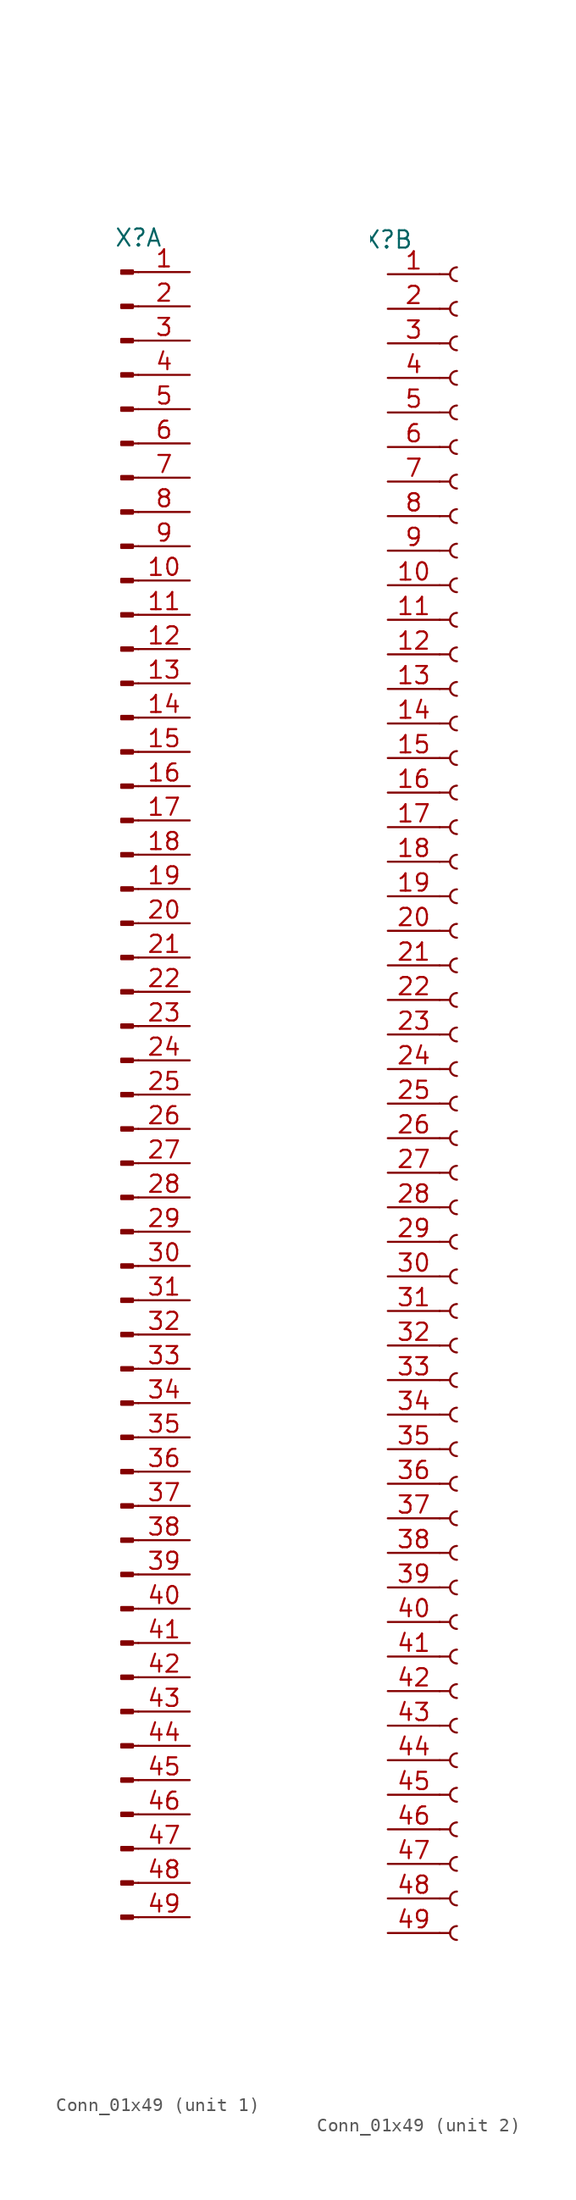
<source format=kicad_sym>
(kicad_symbol_lib
  (version 20241209)
  (generator "kicad_symbol_editor")
  (generator_version "9.0")
  (symbol "Conn_01x49"
    (pin_names
      (offset 1.016)
      (hide yes))
    (property "Reference" "X"
      (at 0 63.5 0)
      (effects (font (size 1.27 1.27))))
    (property "ki_locked" ""
      (at 0 0 0)
      (effects (font (size 1.27 1.27))))
    (symbol "Conn_01x49_1_1"
      (rectangle (start -0.406 61.087) (end -1.27 60.833) (stroke (width 0.152) (type default)) (fill (type outline)))
      (rectangle (start -0.406 58.547) (end -1.27 58.293) (stroke (width 0.152) (type default)) (fill (type outline)))
      (rectangle (start -0.406 56.007) (end -1.27 55.753) (stroke (width 0.152) (type default)) (fill (type outline)))
      (rectangle (start -0.406 53.467) (end -1.27 53.213) (stroke (width 0.152) (type default)) (fill (type outline)))
      (rectangle (start -0.406 50.927) (end -1.27 50.673) (stroke (width 0.152) (type default)) (fill (type outline)))
      (rectangle (start -0.406 48.387) (end -1.27 48.133) (stroke (width 0.152) (type default)) (fill (type outline)))
      (rectangle (start -0.406 45.847) (end -1.27 45.593) (stroke (width 0.152) (type default)) (fill (type outline)))
      (rectangle (start -0.406 43.307) (end -1.27 43.053) (stroke (width 0.152) (type default)) (fill (type outline)))
      (rectangle (start -0.406 40.767) (end -1.27 40.513) (stroke (width 0.152) (type default)) (fill (type outline)))
      (rectangle (start -0.406 38.227) (end -1.27 37.973) (stroke (width 0.152) (type default)) (fill (type outline)))
      (rectangle (start -0.406 35.687) (end -1.27 35.433) (stroke (width 0.152) (type default)) (fill (type outline)))
      (rectangle (start -0.406 33.147) (end -1.27 32.893) (stroke (width 0.152) (type default)) (fill (type outline)))
      (rectangle (start -0.406 30.607) (end -1.27 30.353) (stroke (width 0.152) (type default)) (fill (type outline)))
      (rectangle (start -0.406 28.067) (end -1.27 27.813) (stroke (width 0.152) (type default)) (fill (type outline)))
      (rectangle (start -0.406 25.527) (end -1.27 25.273) (stroke (width 0.152) (type default)) (fill (type outline)))
      (rectangle (start -0.406 22.987) (end -1.27 22.733) (stroke (width 0.152) (type default)) (fill (type outline)))
      (rectangle (start -0.406 20.447) (end -1.27 20.193) (stroke (width 0.152) (type default)) (fill (type outline)))
      (rectangle (start -0.406 17.907) (end -1.27 17.653) (stroke (width 0.152) (type default)) (fill (type outline)))
      (rectangle (start -0.406 15.367) (end -1.27 15.113) (stroke (width 0.152) (type default)) (fill (type outline)))
      (rectangle (start -0.406 12.827) (end -1.27 12.573) (stroke (width 0.152) (type default)) (fill (type outline)))
      (rectangle (start -0.406 10.287) (end -1.27 10.033) (stroke (width 0.152) (type default)) (fill (type outline)))
      (rectangle (start -0.406 7.747) (end -1.27 7.493) (stroke (width 0.152) (type default)) (fill (type outline)))
      (rectangle (start -0.406 5.207) (end -1.27 4.953) (stroke (width 0.152) (type default)) (fill (type outline)))
      (rectangle (start -0.406 2.667) (end -1.27 2.413) (stroke (width 0.152) (type default)) (fill (type outline)))
      (rectangle (start -0.406 0.127) (end -1.27 -0.127) (stroke (width 0.152) (type default)) (fill (type outline)))
      (rectangle (start -0.406 -2.413) (end -1.27 -2.667) (stroke (width 0.152) (type default)) (fill (type outline)))
      (rectangle (start -0.406 -4.953) (end -1.27 -5.207) (stroke (width 0.152) (type default)) (fill (type outline)))
      (rectangle (start -0.406 -7.493) (end -1.27 -7.747) (stroke (width 0.152) (type default)) (fill (type outline)))
      (rectangle (start -0.406 -10.033) (end -1.27 -10.287) (stroke (width 0.152) (type default)) (fill (type outline)))
      (rectangle (start -0.406 -12.573) (end -1.27 -12.827) (stroke (width 0.152) (type default)) (fill (type outline)))
      (rectangle (start -0.406 -15.113) (end -1.27 -15.367) (stroke (width 0.152) (type default)) (fill (type outline)))
      (rectangle (start -0.406 -17.653) (end -1.27 -17.907) (stroke (width 0.152) (type default)) (fill (type outline)))
      (rectangle (start -0.406 -20.193) (end -1.27 -20.447) (stroke (width 0.152) (type default)) (fill (type outline)))
      (rectangle (start -0.406 -22.733) (end -1.27 -22.987) (stroke (width 0.152) (type default)) (fill (type outline)))
      (rectangle (start -0.406 -25.273) (end -1.27 -25.527) (stroke (width 0.152) (type default)) (fill (type outline)))
      (rectangle (start -0.406 -27.813) (end -1.27 -28.067) (stroke (width 0.152) (type default)) (fill (type outline)))
      (rectangle (start -0.406 -30.353) (end -1.27 -30.607) (stroke (width 0.152) (type default)) (fill (type outline)))
      (rectangle (start -0.406 -32.893) (end -1.27 -33.147) (stroke (width 0.152) (type default)) (fill (type outline)))
      (rectangle (start -0.406 -35.433) (end -1.27 -35.687) (stroke (width 0.152) (type default)) (fill (type outline)))
      (rectangle (start -0.406 -37.973) (end -1.27 -38.227) (stroke (width 0.152) (type default)) (fill (type outline)))
      (rectangle (start -0.406 -40.513) (end -1.27 -40.767) (stroke (width 0.152) (type default)) (fill (type outline)))
      (rectangle (start -0.406 -43.053) (end -1.27 -43.307) (stroke (width 0.152) (type default)) (fill (type outline)))
      (rectangle (start -0.406 -45.593) (end -1.27 -45.847) (stroke (width 0.152) (type default)) (fill (type outline)))
      (rectangle (start -0.406 -48.133) (end -1.27 -48.387) (stroke (width 0.152) (type default)) (fill (type outline)))
      (rectangle (start -0.406 -50.673) (end -1.27 -50.927) (stroke (width 0.152) (type default)) (fill (type outline)))
      (rectangle (start -0.406 -53.213) (end -1.27 -53.467) (stroke (width 0.152) (type default)) (fill (type outline)))
      (rectangle (start -0.406 -55.753) (end -1.27 -56.007) (stroke (width 0.152) (type default)) (fill (type outline)))
      (rectangle (start -0.406 -58.293) (end -1.27 -58.547) (stroke (width 0.152) (type default)) (fill (type outline)))
      (rectangle (start -0.406 -60.833) (end -1.27 -61.087) (stroke (width 0.152) (type default)) (fill (type outline)))
      (polyline (pts (xy 0 60.96) (xy -0.406 60.96)) (stroke (width 0.152) (type default)) (fill (type none)))
      (polyline (pts (xy 0 58.42) (xy -0.406 58.42)) (stroke (width 0.152) (type default)) (fill (type none)))
      (polyline (pts (xy 0 55.88) (xy -0.406 55.88)) (stroke (width 0.152) (type default)) (fill (type none)))
      (polyline (pts (xy 0 53.34) (xy -0.406 53.34)) (stroke (width 0.152) (type default)) (fill (type none)))
      (polyline (pts (xy 0 50.8) (xy -0.406 50.8)) (stroke (width 0.152) (type default)) (fill (type none)))
      (polyline (pts (xy 0 48.26) (xy -0.406 48.26)) (stroke (width 0.152) (type default)) (fill (type none)))
      (polyline (pts (xy 0 45.72) (xy -0.406 45.72)) (stroke (width 0.152) (type default)) (fill (type none)))
      (polyline (pts (xy 0 43.18) (xy -0.406 43.18)) (stroke (width 0.152) (type default)) (fill (type none)))
      (polyline (pts (xy 0 40.64) (xy -0.406 40.64)) (stroke (width 0.152) (type default)) (fill (type none)))
      (polyline (pts (xy 0 38.1) (xy -0.406 38.1)) (stroke (width 0.152) (type default)) (fill (type none)))
      (polyline (pts (xy 0 35.56) (xy -0.406 35.56)) (stroke (width 0.152) (type default)) (fill (type none)))
      (polyline (pts (xy 0 33.02) (xy -0.406 33.02)) (stroke (width 0.152) (type default)) (fill (type none)))
      (polyline (pts (xy 0 30.48) (xy -0.406 30.48)) (stroke (width 0.152) (type default)) (fill (type none)))
      (polyline (pts (xy 0 27.94) (xy -0.406 27.94)) (stroke (width 0.152) (type default)) (fill (type none)))
      (polyline (pts (xy 0 25.4) (xy -0.406 25.4)) (stroke (width 0.152) (type default)) (fill (type none)))
      (polyline (pts (xy 0 22.86) (xy -0.406 22.86)) (stroke (width 0.152) (type default)) (fill (type none)))
      (polyline (pts (xy 0 20.32) (xy -0.406 20.32)) (stroke (width 0.152) (type default)) (fill (type none)))
      (polyline (pts (xy 0 17.78) (xy -0.406 17.78)) (stroke (width 0.152) (type default)) (fill (type none)))
      (polyline (pts (xy 0 15.24) (xy -0.406 15.24)) (stroke (width 0.152) (type default)) (fill (type none)))
      (polyline (pts (xy 0 12.7) (xy -0.406 12.7)) (stroke (width 0.152) (type default)) (fill (type none)))
      (polyline (pts (xy 0 10.16) (xy -0.406 10.16)) (stroke (width 0.152) (type default)) (fill (type none)))
      (polyline (pts (xy 0 7.62) (xy -0.406 7.62)) (stroke (width 0.152) (type default)) (fill (type none)))
      (polyline (pts (xy 0 5.08) (xy -0.406 5.08)) (stroke (width 0.152) (type default)) (fill (type none)))
      (polyline (pts (xy 0 2.54) (xy -0.406 2.54)) (stroke (width 0.152) (type default)) (fill (type none)))
      (polyline (pts (xy 0 0) (xy -0.406 0)) (stroke (width 0.152) (type default)) (fill (type none)))
      (polyline (pts (xy 0 -2.54) (xy -0.406 -2.54)) (stroke (width 0.152) (type default)) (fill (type none)))
      (polyline (pts (xy 0 -5.08) (xy -0.406 -5.08)) (stroke (width 0.152) (type default)) (fill (type none)))
      (polyline (pts (xy 0 -7.62) (xy -0.406 -7.62)) (stroke (width 0.152) (type default)) (fill (type none)))
      (polyline (pts (xy 0 -10.16) (xy -0.406 -10.16)) (stroke (width 0.152) (type default)) (fill (type none)))
      (polyline (pts (xy 0 -12.7) (xy -0.406 -12.7)) (stroke (width 0.152) (type default)) (fill (type none)))
      (polyline (pts (xy 0 -15.24) (xy -0.406 -15.24)) (stroke (width 0.152) (type default)) (fill (type none)))
      (polyline (pts (xy 0 -17.78) (xy -0.406 -17.78)) (stroke (width 0.152) (type default)) (fill (type none)))
      (polyline (pts (xy 0 -20.32) (xy -0.406 -20.32)) (stroke (width 0.152) (type default)) (fill (type none)))
      (polyline (pts (xy 0 -22.86) (xy -0.406 -22.86)) (stroke (width 0.152) (type default)) (fill (type none)))
      (polyline (pts (xy 0 -25.4) (xy -0.406 -25.4)) (stroke (width 0.152) (type default)) (fill (type none)))
      (polyline (pts (xy 0 -27.94) (xy -0.406 -27.94)) (stroke (width 0.152) (type default)) (fill (type none)))
      (polyline (pts (xy 0 -30.48) (xy -0.406 -30.48)) (stroke (width 0.152) (type default)) (fill (type none)))
      (polyline (pts (xy 0 -33.02) (xy -0.406 -33.02)) (stroke (width 0.152) (type default)) (fill (type none)))
      (polyline (pts (xy 0 -35.56) (xy -0.406 -35.56)) (stroke (width 0.152) (type default)) (fill (type none)))
      (polyline (pts (xy 0 -38.1) (xy -0.406 -38.1)) (stroke (width 0.152) (type default)) (fill (type none)))
      (polyline (pts (xy 0 -40.64) (xy -0.406 -40.64)) (stroke (width 0.152) (type default)) (fill (type none)))
      (polyline (pts (xy 0 -43.18) (xy -0.406 -43.18)) (stroke (width 0.152) (type default)) (fill (type none)))
      (polyline (pts (xy 0 -45.72) (xy -0.406 -45.72)) (stroke (width 0.152) (type default)) (fill (type none)))
      (polyline (pts (xy 0 -48.26) (xy -0.406 -48.26)) (stroke (width 0.152) (type default)) (fill (type none)))
      (polyline (pts (xy 0 -50.8) (xy -0.406 -50.8)) (stroke (width 0.152) (type default)) (fill (type none)))
      (polyline (pts (xy 0 -53.34) (xy -0.406 -53.34)) (stroke (width 0.152) (type default)) (fill (type none)))
      (polyline (pts (xy 0 -55.88) (xy -0.406 -55.88)) (stroke (width 0.152) (type default)) (fill (type none)))
      (polyline (pts (xy 0 -58.42) (xy -0.406 -58.42)) (stroke (width 0.152) (type default)) (fill (type none)))
      (polyline (pts (xy 0 -60.96) (xy -0.406 -60.96)) (stroke (width 0.152) (type default)) (fill (type none)))
      (pin passive line (at 3.81 60.96 180) (length 3.81) (name "Pin_1" (effects (font (size 1.27 1.27)))) (number "1" (effects (font (size 1.27 1.27)))))
      (pin passive line (at 3.81 58.42 180) (length 3.81) (name "Pin_2" (effects (font (size 1.27 1.27)))) (number "2" (effects (font (size 1.27 1.27)))))
      (pin passive line (at 3.81 55.88 180) (length 3.81) (name "Pin_3" (effects (font (size 1.27 1.27)))) (number "3" (effects (font (size 1.27 1.27)))))
      (pin passive line (at 3.81 53.34 180) (length 3.81) (name "Pin_4" (effects (font (size 1.27 1.27)))) (number "4" (effects (font (size 1.27 1.27)))))
      (pin passive line (at 3.81 50.8 180) (length 3.81) (name "Pin_5" (effects (font (size 1.27 1.27)))) (number "5" (effects (font (size 1.27 1.27)))))
      (pin passive line (at 3.81 48.26 180) (length 3.81) (name "Pin_6" (effects (font (size 1.27 1.27)))) (number "6" (effects (font (size 1.27 1.27)))))
      (pin passive line (at 3.81 45.72 180) (length 3.81) (name "Pin_7" (effects (font (size 1.27 1.27)))) (number "7" (effects (font (size 1.27 1.27)))))
      (pin passive line (at 3.81 43.18 180) (length 3.81) (name "Pin_8" (effects (font (size 1.27 1.27)))) (number "8" (effects (font (size 1.27 1.27)))))
      (pin passive line (at 3.81 40.64 180) (length 3.81) (name "Pin_9" (effects (font (size 1.27 1.27)))) (number "9" (effects (font (size 1.27 1.27)))))
      (pin passive line (at 3.81 38.1 180) (length 3.81) (name "Pin_10" (effects (font (size 1.27 1.27)))) (number "10" (effects (font (size 1.27 1.27)))))
      (pin passive line (at 3.81 35.56 180) (length 3.81) (name "Pin_11" (effects (font (size 1.27 1.27)))) (number "11" (effects (font (size 1.27 1.27)))))
      (pin passive line (at 3.81 33.02 180) (length 3.81) (name "Pin_12" (effects (font (size 1.27 1.27)))) (number "12" (effects (font (size 1.27 1.27)))))
      (pin passive line (at 3.81 30.48 180) (length 3.81) (name "Pin_13" (effects (font (size 1.27 1.27)))) (number "13" (effects (font (size 1.27 1.27)))))
      (pin passive line (at 3.81 27.94 180) (length 3.81) (name "Pin_14" (effects (font (size 1.27 1.27)))) (number "14" (effects (font (size 1.27 1.27)))))
      (pin passive line (at 3.81 25.4 180) (length 3.81) (name "Pin_15" (effects (font (size 1.27 1.27)))) (number "15" (effects (font (size 1.27 1.27)))))
      (pin passive line (at 3.81 22.86 180) (length 3.81) (name "Pin_16" (effects (font (size 1.27 1.27)))) (number "16" (effects (font (size 1.27 1.27)))))
      (pin passive line (at 3.81 20.32 180) (length 3.81) (name "Pin_17" (effects (font (size 1.27 1.27)))) (number "17" (effects (font (size 1.27 1.27)))))
      (pin passive line (at 3.81 17.78 180) (length 3.81) (name "Pin_18" (effects (font (size 1.27 1.27)))) (number "18" (effects (font (size 1.27 1.27)))))
      (pin passive line (at 3.81 15.24 180) (length 3.81) (name "Pin_19" (effects (font (size 1.27 1.27)))) (number "19" (effects (font (size 1.27 1.27)))))
      (pin passive line (at 3.81 12.7 180) (length 3.81) (name "Pin_20" (effects (font (size 1.27 1.27)))) (number "20" (effects (font (size 1.27 1.27)))))
      (pin passive line (at 3.81 10.16 180) (length 3.81) (name "Pin_21" (effects (font (size 1.27 1.27)))) (number "21" (effects (font (size 1.27 1.27)))))
      (pin passive line (at 3.81 7.62 180) (length 3.81) (name "Pin_22" (effects (font (size 1.27 1.27)))) (number "22" (effects (font (size 1.27 1.27)))))
      (pin passive line (at 3.81 5.08 180) (length 3.81) (name "Pin_23" (effects (font (size 1.27 1.27)))) (number "23" (effects (font (size 1.27 1.27)))))
      (pin passive line (at 3.81 2.54 180) (length 3.81) (name "Pin_24" (effects (font (size 1.27 1.27)))) (number "24" (effects (font (size 1.27 1.27)))))
      (pin passive line (at 3.81 0 180) (length 3.81) (name "Pin_25" (effects (font (size 1.27 1.27)))) (number "25" (effects (font (size 1.27 1.27)))))
      (pin passive line (at 3.81 -2.54 180) (length 3.81) (name "Pin_26" (effects (font (size 1.27 1.27)))) (number "26" (effects (font (size 1.27 1.27)))))
      (pin passive line (at 3.81 -5.08 180) (length 3.81) (name "Pin_27" (effects (font (size 1.27 1.27)))) (number "27" (effects (font (size 1.27 1.27)))))
      (pin passive line (at 3.81 -7.62 180) (length 3.81) (name "Pin_28" (effects (font (size 1.27 1.27)))) (number "28" (effects (font (size 1.27 1.27)))))
      (pin passive line (at 3.81 -10.16 180) (length 3.81) (name "Pin_29" (effects (font (size 1.27 1.27)))) (number "29" (effects (font (size 1.27 1.27)))))
      (pin passive line (at 3.81 -12.7 180) (length 3.81) (name "Pin_30" (effects (font (size 1.27 1.27)))) (number "30" (effects (font (size 1.27 1.27)))))
      (pin passive line (at 3.81 -15.24 180) (length 3.81) (name "Pin_31" (effects (font (size 1.27 1.27)))) (number "31" (effects (font (size 1.27 1.27)))))
      (pin passive line (at 3.81 -17.78 180) (length 3.81) (name "Pin_32" (effects (font (size 1.27 1.27)))) (number "32" (effects (font (size 1.27 1.27)))))
      (pin passive line (at 3.81 -20.32 180) (length 3.81) (name "Pin_33" (effects (font (size 1.27 1.27)))) (number "33" (effects (font (size 1.27 1.27)))))
      (pin passive line (at 3.81 -22.86 180) (length 3.81) (name "Pin_34" (effects (font (size 1.27 1.27)))) (number "34" (effects (font (size 1.27 1.27)))))
      (pin passive line (at 3.81 -25.4 180) (length 3.81) (name "Pin_35" (effects (font (size 1.27 1.27)))) (number "35" (effects (font (size 1.27 1.27)))))
      (pin passive line (at 3.81 -27.94 180) (length 3.81) (name "Pin_36" (effects (font (size 1.27 1.27)))) (number "36" (effects (font (size 1.27 1.27)))))
      (pin passive line (at 3.81 -30.48 180) (length 3.81) (name "Pin_37" (effects (font (size 1.27 1.27)))) (number "37" (effects (font (size 1.27 1.27)))))
      (pin passive line (at 3.81 -33.02 180) (length 3.81) (name "Pin_38" (effects (font (size 1.27 1.27)))) (number "38" (effects (font (size 1.27 1.27)))))
      (pin passive line (at 3.81 -35.56 180) (length 3.81) (name "Pin_39" (effects (font (size 1.27 1.27)))) (number "39" (effects (font (size 1.27 1.27)))))
      (pin passive line (at 3.81 -38.1 180) (length 3.81) (name "Pin_40" (effects (font (size 1.27 1.27)))) (number "40" (effects (font (size 1.27 1.27)))))
      (pin passive line (at 3.81 -40.64 180) (length 3.81) (name "Pin_41" (effects (font (size 1.27 1.27)))) (number "41" (effects (font (size 1.27 1.27)))))
      (pin passive line (at 3.81 -43.18 180) (length 3.81) (name "Pin_42" (effects (font (size 1.27 1.27)))) (number "42" (effects (font (size 1.27 1.27)))))
      (pin passive line (at 3.81 -45.72 180) (length 3.81) (name "Pin_43" (effects (font (size 1.27 1.27)))) (number "43" (effects (font (size 1.27 1.27)))))
      (pin passive line (at 3.81 -48.26 180) (length 3.81) (name "Pin_44" (effects (font (size 1.27 1.27)))) (number "44" (effects (font (size 1.27 1.27)))))
      (pin passive line (at 3.81 -50.8 180) (length 3.81) (name "Pin_45" (effects (font (size 1.27 1.27)))) (number "45" (effects (font (size 1.27 1.27)))))
      (pin passive line (at 3.81 -53.34 180) (length 3.81) (name "Pin_46" (effects (font (size 1.27 1.27)))) (number "46" (effects (font (size 1.27 1.27)))))
      (pin passive line (at 3.81 -55.88 180) (length 3.81) (name "Pin_47" (effects (font (size 1.27 1.27)))) (number "47" (effects (font (size 1.27 1.27)))))
      (pin passive line (at 3.81 -58.42 180) (length 3.81) (name "Pin_48" (effects (font (size 1.27 1.27)))) (number "48" (effects (font (size 1.27 1.27)))))
      (pin passive line (at 3.81 -60.96 180) (length 3.81) (name "Pin_49" (effects (font (size 1.27 1.27)))) (number "49" (effects (font (size 1.27 1.27))))))
    (symbol "Conn_01x49_2_1"
      (polyline (pts (xy 3.81 60.96) (xy 4.572 60.96)) (stroke (width 0.152) (type default)) (fill (type none)))
      (polyline (pts (xy 3.81 58.42) (xy 4.572 58.42)) (stroke (width 0.152) (type default)) (fill (type none)))
      (polyline (pts (xy 3.81 55.88) (xy 4.572 55.88)) (stroke (width 0.152) (type default)) (fill (type none)))
      (polyline (pts (xy 3.81 53.34) (xy 4.572 53.34)) (stroke (width 0.152) (type default)) (fill (type none)))
      (polyline (pts (xy 3.81 50.8) (xy 4.572 50.8)) (stroke (width 0.152) (type default)) (fill (type none)))
      (polyline (pts (xy 3.81 48.26) (xy 4.572 48.26)) (stroke (width 0.152) (type default)) (fill (type none)))
      (polyline (pts (xy 3.81 45.72) (xy 4.572 45.72)) (stroke (width 0.152) (type default)) (fill (type none)))
      (polyline (pts (xy 3.81 43.18) (xy 4.572 43.18)) (stroke (width 0.152) (type default)) (fill (type none)))
      (polyline (pts (xy 3.81 40.64) (xy 4.572 40.64)) (stroke (width 0.152) (type default)) (fill (type none)))
      (polyline (pts (xy 3.81 38.1) (xy 4.572 38.1)) (stroke (width 0.152) (type default)) (fill (type none)))
      (polyline (pts (xy 3.81 35.56) (xy 4.572 35.56)) (stroke (width 0.152) (type default)) (fill (type none)))
      (polyline (pts (xy 3.81 33.02) (xy 4.572 33.02)) (stroke (width 0.152) (type default)) (fill (type none)))
      (polyline (pts (xy 3.81 30.48) (xy 4.572 30.48)) (stroke (width 0.152) (type default)) (fill (type none)))
      (polyline (pts (xy 3.81 27.94) (xy 4.572 27.94)) (stroke (width 0.152) (type default)) (fill (type none)))
      (polyline (pts (xy 3.81 25.4) (xy 4.572 25.4)) (stroke (width 0.152) (type default)) (fill (type none)))
      (polyline (pts (xy 3.81 22.86) (xy 4.572 22.86)) (stroke (width 0.152) (type default)) (fill (type none)))
      (polyline (pts (xy 3.81 20.32) (xy 4.572 20.32)) (stroke (width 0.152) (type default)) (fill (type none)))
      (polyline (pts (xy 3.81 17.78) (xy 4.572 17.78)) (stroke (width 0.152) (type default)) (fill (type none)))
      (polyline (pts (xy 3.81 15.24) (xy 4.572 15.24)) (stroke (width 0.152) (type default)) (fill (type none)))
      (polyline (pts (xy 3.81 12.7) (xy 4.572 12.7)) (stroke (width 0.152) (type default)) (fill (type none)))
      (polyline (pts (xy 3.81 10.16) (xy 4.572 10.16)) (stroke (width 0.152) (type default)) (fill (type none)))
      (polyline (pts (xy 3.81 7.62) (xy 4.572 7.62)) (stroke (width 0.152) (type default)) (fill (type none)))
      (polyline (pts (xy 3.81 5.08) (xy 4.572 5.08)) (stroke (width 0.152) (type default)) (fill (type none)))
      (polyline (pts (xy 3.81 2.54) (xy 4.572 2.54)) (stroke (width 0.152) (type default)) (fill (type none)))
      (polyline (pts (xy 3.81 0) (xy 4.572 0)) (stroke (width 0.152) (type default)) (fill (type none)))
      (polyline (pts (xy 3.81 -2.54) (xy 4.572 -2.54)) (stroke (width 0.152) (type default)) (fill (type none)))
      (polyline (pts (xy 3.81 -5.08) (xy 4.572 -5.08)) (stroke (width 0.152) (type default)) (fill (type none)))
      (polyline (pts (xy 3.81 -7.62) (xy 4.572 -7.62)) (stroke (width 0.152) (type default)) (fill (type none)))
      (polyline (pts (xy 3.81 -10.16) (xy 4.572 -10.16)) (stroke (width 0.152) (type default)) (fill (type none)))
      (polyline (pts (xy 3.81 -12.7) (xy 4.572 -12.7)) (stroke (width 0.152) (type default)) (fill (type none)))
      (polyline (pts (xy 3.81 -15.24) (xy 4.572 -15.24)) (stroke (width 0.152) (type default)) (fill (type none)))
      (polyline (pts (xy 3.81 -17.78) (xy 4.572 -17.78)) (stroke (width 0.152) (type default)) (fill (type none)))
      (polyline (pts (xy 3.81 -20.32) (xy 4.572 -20.32)) (stroke (width 0.152) (type default)) (fill (type none)))
      (polyline (pts (xy 3.81 -22.86) (xy 4.572 -22.86)) (stroke (width 0.152) (type default)) (fill (type none)))
      (polyline (pts (xy 3.81 -25.4) (xy 4.572 -25.4)) (stroke (width 0.152) (type default)) (fill (type none)))
      (polyline (pts (xy 3.81 -27.94) (xy 4.572 -27.94)) (stroke (width 0.152) (type default)) (fill (type none)))
      (polyline (pts (xy 3.81 -30.48) (xy 4.572 -30.48)) (stroke (width 0.152) (type default)) (fill (type none)))
      (polyline (pts (xy 3.81 -33.02) (xy 4.572 -33.02)) (stroke (width 0.152) (type default)) (fill (type none)))
      (polyline (pts (xy 3.81 -35.56) (xy 4.572 -35.56)) (stroke (width 0.152) (type default)) (fill (type none)))
      (polyline (pts (xy 3.81 -38.1) (xy 4.572 -38.1)) (stroke (width 0.152) (type default)) (fill (type none)))
      (polyline (pts (xy 3.81 -40.64) (xy 4.572 -40.64)) (stroke (width 0.152) (type default)) (fill (type none)))
      (polyline (pts (xy 3.81 -43.18) (xy 4.572 -43.18)) (stroke (width 0.152) (type default)) (fill (type none)))
      (polyline (pts (xy 3.81 -45.72) (xy 4.572 -45.72)) (stroke (width 0.152) (type default)) (fill (type none)))
      (polyline (pts (xy 3.81 -48.26) (xy 4.572 -48.26)) (stroke (width 0.152) (type default)) (fill (type none)))
      (polyline (pts (xy 3.81 -50.8) (xy 4.572 -50.8)) (stroke (width 0.152) (type default)) (fill (type none)))
      (polyline (pts (xy 3.81 -53.34) (xy 4.572 -53.34)) (stroke (width 0.152) (type default)) (fill (type none)))
      (polyline (pts (xy 3.81 -55.88) (xy 4.572 -55.88)) (stroke (width 0.152) (type default)) (fill (type none)))
      (polyline (pts (xy 3.81 -58.42) (xy 4.572 -58.42)) (stroke (width 0.152) (type default)) (fill (type none)))
      (polyline (pts (xy 3.81 -60.96) (xy 4.572 -60.96)) (stroke (width 0.152) (type default)) (fill (type none)))
      (arc (start 5.08 60.452) (mid 4.5742 60.96) (end 5.08 61.468) (stroke (width 0.1524) (type default)) (fill (type none)))
      (arc (start 5.08 57.912) (mid 4.5742 58.42) (end 5.08 58.928) (stroke (width 0.1524) (type default)) (fill (type none)))
      (arc (start 5.08 55.372) (mid 4.5742 55.88) (end 5.08 56.388) (stroke (width 0.1524) (type default)) (fill (type none)))
      (arc (start 5.08 52.832) (mid 4.5742 53.34) (end 5.08 53.848) (stroke (width 0.1524) (type default)) (fill (type none)))
      (arc (start 5.08 50.292) (mid 4.5742 50.8) (end 5.08 51.308) (stroke (width 0.1524) (type default)) (fill (type none)))
      (arc (start 5.08 47.752) (mid 4.5742 48.26) (end 5.08 48.768) (stroke (width 0.1524) (type default)) (fill (type none)))
      (arc (start 5.08 45.212) (mid 4.5742 45.72) (end 5.08 46.228) (stroke (width 0.1524) (type default)) (fill (type none)))
      (arc (start 5.08 42.672) (mid 4.5742 43.18) (end 5.08 43.688) (stroke (width 0.1524) (type default)) (fill (type none)))
      (arc (start 5.08 40.132) (mid 4.5742 40.64) (end 5.08 41.148) (stroke (width 0.1524) (type default)) (fill (type none)))
      (arc (start 5.08 37.592) (mid 4.5742 38.1) (end 5.08 38.608) (stroke (width 0.1524) (type default)) (fill (type none)))
      (arc (start 5.08 35.052) (mid 4.5742 35.56) (end 5.08 36.068) (stroke (width 0.1524) (type default)) (fill (type none)))
      (arc (start 5.08 32.512) (mid 4.5742 33.02) (end 5.08 33.528) (stroke (width 0.1524) (type default)) (fill (type none)))
      (arc (start 5.08 29.972) (mid 4.5742 30.48) (end 5.08 30.988) (stroke (width 0.1524) (type default)) (fill (type none)))
      (arc (start 5.08 27.432) (mid 4.5742 27.94) (end 5.08 28.448) (stroke (width 0.1524) (type default)) (fill (type none)))
      (arc (start 5.08 24.892) (mid 4.5742 25.4) (end 5.08 25.908) (stroke (width 0.1524) (type default)) (fill (type none)))
      (arc (start 5.08 22.352) (mid 4.5742 22.86) (end 5.08 23.368) (stroke (width 0.1524) (type default)) (fill (type none)))
      (arc (start 5.08 19.812) (mid 4.5742 20.32) (end 5.08 20.828) (stroke (width 0.1524) (type default)) (fill (type none)))
      (arc (start 5.08 17.272) (mid 4.5742 17.78) (end 5.08 18.288) (stroke (width 0.1524) (type default)) (fill (type none)))
      (arc (start 5.08 14.732) (mid 4.5742 15.24) (end 5.08 15.748) (stroke (width 0.1524) (type default)) (fill (type none)))
      (arc (start 5.08 12.192) (mid 4.5742 12.7) (end 5.08 13.208) (stroke (width 0.1524) (type default)) (fill (type none)))
      (arc (start 5.08 9.652) (mid 4.5742 10.16) (end 5.08 10.668) (stroke (width 0.1524) (type default)) (fill (type none)))
      (arc (start 5.08 7.112) (mid 4.5742 7.62) (end 5.08 8.128) (stroke (width 0.1524) (type default)) (fill (type none)))
      (arc (start 5.08 4.572) (mid 4.5742 5.08) (end 5.08 5.588) (stroke (width 0.1524) (type default)) (fill (type none)))
      (arc (start 5.08 2.032) (mid 4.5742 2.54) (end 5.08 3.048) (stroke (width 0.1524) (type default)) (fill (type none)))
      (arc (start 5.08 -0.508) (mid 4.5742 0) (end 5.08 0.508) (stroke (width 0.1524) (type default)) (fill (type none)))
      (arc (start 5.08 -3.048) (mid 4.5742 -2.54) (end 5.08 -2.032) (stroke (width 0.1524) (type default)) (fill (type none)))
      (arc (start 5.08 -5.588) (mid 4.5742 -5.08) (end 5.08 -4.572) (stroke (width 0.1524) (type default)) (fill (type none)))
      (arc (start 5.08 -8.128) (mid 4.5742 -7.62) (end 5.08 -7.112) (stroke (width 0.1524) (type default)) (fill (type none)))
      (arc (start 5.08 -10.668) (mid 4.5742 -10.16) (end 5.08 -9.652) (stroke (width 0.1524) (type default)) (fill (type none)))
      (arc (start 5.08 -13.208) (mid 4.5742 -12.7) (end 5.08 -12.192) (stroke (width 0.1524) (type default)) (fill (type none)))
      (arc (start 5.08 -15.748) (mid 4.5742 -15.24) (end 5.08 -14.732) (stroke (width 0.1524) (type default)) (fill (type none)))
      (arc (start 5.08 -18.288) (mid 4.5742 -17.78) (end 5.08 -17.272) (stroke (width 0.1524) (type default)) (fill (type none)))
      (arc (start 5.08 -20.828) (mid 4.5742 -20.32) (end 5.08 -19.812) (stroke (width 0.1524) (type default)) (fill (type none)))
      (arc (start 5.08 -23.368) (mid 4.5742 -22.86) (end 5.08 -22.352) (stroke (width 0.1524) (type default)) (fill (type none)))
      (arc (start 5.08 -25.908) (mid 4.5742 -25.4) (end 5.08 -24.892) (stroke (width 0.1524) (type default)) (fill (type none)))
      (arc (start 5.08 -28.448) (mid 4.5742 -27.94) (end 5.08 -27.432) (stroke (width 0.1524) (type default)) (fill (type none)))
      (arc (start 5.08 -30.988) (mid 4.5742 -30.48) (end 5.08 -29.972) (stroke (width 0.1524) (type default)) (fill (type none)))
      (arc (start 5.08 -33.528) (mid 4.5742 -33.02) (end 5.08 -32.512) (stroke (width 0.1524) (type default)) (fill (type none)))
      (arc (start 5.08 -36.068) (mid 4.5742 -35.56) (end 5.08 -35.052) (stroke (width 0.1524) (type default)) (fill (type none)))
      (arc (start 5.08 -38.608) (mid 4.5742 -38.1) (end 5.08 -37.592) (stroke (width 0.1524) (type default)) (fill (type none)))
      (arc (start 5.08 -41.148) (mid 4.5742 -40.64) (end 5.08 -40.132) (stroke (width 0.1524) (type default)) (fill (type none)))
      (arc (start 5.08 -43.688) (mid 4.5742 -43.18) (end 5.08 -42.672) (stroke (width 0.1524) (type default)) (fill (type none)))
      (arc (start 5.08 -46.228) (mid 4.5742 -45.72) (end 5.08 -45.212) (stroke (width 0.1524) (type default)) (fill (type none)))
      (arc (start 5.08 -48.768) (mid 4.5742 -48.26) (end 5.08 -47.752) (stroke (width 0.1524) (type default)) (fill (type none)))
      (arc (start 5.08 -51.308) (mid 4.5742 -50.8) (end 5.08 -50.292) (stroke (width 0.1524) (type default)) (fill (type none)))
      (arc (start 5.08 -53.848) (mid 4.5742 -53.34) (end 5.08 -52.832) (stroke (width 0.1524) (type default)) (fill (type none)))
      (arc (start 5.08 -56.388) (mid 4.5742 -55.88) (end 5.08 -55.372) (stroke (width 0.1524) (type default)) (fill (type none)))
      (arc (start 5.08 -58.928) (mid 4.5742 -58.42) (end 5.08 -57.912) (stroke (width 0.1524) (type default)) (fill (type none)))
      (arc (start 5.08 -61.468) (mid 4.5742 -60.96) (end 5.08 -60.452) (stroke (width 0.1524) (type default)) (fill (type none)))
      (pin passive line (at 0 60.96 0) (length 3.81) (name "Pin_1" (effects (font (size 1.27 1.27)))) (number "1" (effects (font (size 1.27 1.27)))))
      (pin passive line (at 0 58.42 0) (length 3.81) (name "Pin_2" (effects (font (size 1.27 1.27)))) (number "2" (effects (font (size 1.27 1.27)))))
      (pin passive line (at 0 55.88 0) (length 3.81) (name "Pin_3" (effects (font (size 1.27 1.27)))) (number "3" (effects (font (size 1.27 1.27)))))
      (pin passive line (at 0 53.34 0) (length 3.81) (name "Pin_4" (effects (font (size 1.27 1.27)))) (number "4" (effects (font (size 1.27 1.27)))))
      (pin passive line (at 0 50.8 0) (length 3.81) (name "Pin_5" (effects (font (size 1.27 1.27)))) (number "5" (effects (font (size 1.27 1.27)))))
      (pin passive line (at 0 48.26 0) (length 3.81) (name "Pin_6" (effects (font (size 1.27 1.27)))) (number "6" (effects (font (size 1.27 1.27)))))
      (pin passive line (at 0 45.72 0) (length 3.81) (name "Pin_7" (effects (font (size 1.27 1.27)))) (number "7" (effects (font (size 1.27 1.27)))))
      (pin passive line (at 0 43.18 0) (length 3.81) (name "Pin_8" (effects (font (size 1.27 1.27)))) (number "8" (effects (font (size 1.27 1.27)))))
      (pin passive line (at 0 40.64 0) (length 3.81) (name "Pin_9" (effects (font (size 1.27 1.27)))) (number "9" (effects (font (size 1.27 1.27)))))
      (pin passive line (at 0 38.1 0) (length 3.81) (name "Pin_10" (effects (font (size 1.27 1.27)))) (number "10" (effects (font (size 1.27 1.27)))))
      (pin passive line (at 0 35.56 0) (length 3.81) (name "Pin_11" (effects (font (size 1.27 1.27)))) (number "11" (effects (font (size 1.27 1.27)))))
      (pin passive line (at 0 33.02 0) (length 3.81) (name "Pin_12" (effects (font (size 1.27 1.27)))) (number "12" (effects (font (size 1.27 1.27)))))
      (pin passive line (at 0 30.48 0) (length 3.81) (name "Pin_13" (effects (font (size 1.27 1.27)))) (number "13" (effects (font (size 1.27 1.27)))))
      (pin passive line (at 0 27.94 0) (length 3.81) (name "Pin_14" (effects (font (size 1.27 1.27)))) (number "14" (effects (font (size 1.27 1.27)))))
      (pin passive line (at 0 25.4 0) (length 3.81) (name "Pin_15" (effects (font (size 1.27 1.27)))) (number "15" (effects (font (size 1.27 1.27)))))
      (pin passive line (at 0 22.86 0) (length 3.81) (name "Pin_16" (effects (font (size 1.27 1.27)))) (number "16" (effects (font (size 1.27 1.27)))))
      (pin passive line (at 0 20.32 0) (length 3.81) (name "Pin_17" (effects (font (size 1.27 1.27)))) (number "17" (effects (font (size 1.27 1.27)))))
      (pin passive line (at 0 17.78 0) (length 3.81) (name "Pin_18" (effects (font (size 1.27 1.27)))) (number "18" (effects (font (size 1.27 1.27)))))
      (pin passive line (at 0 15.24 0) (length 3.81) (name "Pin_19" (effects (font (size 1.27 1.27)))) (number "19" (effects (font (size 1.27 1.27)))))
      (pin passive line (at 0 12.7 0) (length 3.81) (name "Pin_20" (effects (font (size 1.27 1.27)))) (number "20" (effects (font (size 1.27 1.27)))))
      (pin passive line (at 0 10.16 0) (length 3.81) (name "Pin_21" (effects (font (size 1.27 1.27)))) (number "21" (effects (font (size 1.27 1.27)))))
      (pin passive line (at 0 7.62 0) (length 3.81) (name "Pin_22" (effects (font (size 1.27 1.27)))) (number "22" (effects (font (size 1.27 1.27)))))
      (pin passive line (at 0 5.08 0) (length 3.81) (name "Pin_23" (effects (font (size 1.27 1.27)))) (number "23" (effects (font (size 1.27 1.27)))))
      (pin passive line (at 0 2.54 0) (length 3.81) (name "Pin_24" (effects (font (size 1.27 1.27)))) (number "24" (effects (font (size 1.27 1.27)))))
      (pin passive line (at 0 0 0) (length 3.81) (name "Pin_25" (effects (font (size 1.27 1.27)))) (number "25" (effects (font (size 1.27 1.27)))))
      (pin passive line (at 0 -2.54 0) (length 3.81) (name "Pin_26" (effects (font (size 1.27 1.27)))) (number "26" (effects (font (size 1.27 1.27)))))
      (pin passive line (at 0 -5.08 0) (length 3.81) (name "Pin_27" (effects (font (size 1.27 1.27)))) (number "27" (effects (font (size 1.27 1.27)))))
      (pin passive line (at 0 -7.62 0) (length 3.81) (name "Pin_28" (effects (font (size 1.27 1.27)))) (number "28" (effects (font (size 1.27 1.27)))))
      (pin passive line (at 0 -10.16 0) (length 3.81) (name "Pin_29" (effects (font (size 1.27 1.27)))) (number "29" (effects (font (size 1.27 1.27)))))
      (pin passive line (at 0 -12.7 0) (length 3.81) (name "Pin_30" (effects (font (size 1.27 1.27)))) (number "30" (effects (font (size 1.27 1.27)))))
      (pin passive line (at 0 -15.24 0) (length 3.81) (name "Pin_31" (effects (font (size 1.27 1.27)))) (number "31" (effects (font (size 1.27 1.27)))))
      (pin passive line (at 0 -17.78 0) (length 3.81) (name "Pin_32" (effects (font (size 1.27 1.27)))) (number "32" (effects (font (size 1.27 1.27)))))
      (pin passive line (at 0 -20.32 0) (length 3.81) (name "Pin_33" (effects (font (size 1.27 1.27)))) (number "33" (effects (font (size 1.27 1.27)))))
      (pin passive line (at 0 -22.86 0) (length 3.81) (name "Pin_34" (effects (font (size 1.27 1.27)))) (number "34" (effects (font (size 1.27 1.27)))))
      (pin passive line (at 0 -25.4 0) (length 3.81) (name "Pin_35" (effects (font (size 1.27 1.27)))) (number "35" (effects (font (size 1.27 1.27)))))
      (pin passive line (at 0 -27.94 0) (length 3.81) (name "Pin_36" (effects (font (size 1.27 1.27)))) (number "36" (effects (font (size 1.27 1.27)))))
      (pin passive line (at 0 -30.48 0) (length 3.81) (name "Pin_37" (effects (font (size 1.27 1.27)))) (number "37" (effects (font (size 1.27 1.27)))))
      (pin passive line (at 0 -33.02 0) (length 3.81) (name "Pin_38" (effects (font (size 1.27 1.27)))) (number "38" (effects (font (size 1.27 1.27)))))
      (pin passive line (at 0 -35.56 0) (length 3.81) (name "Pin_39" (effects (font (size 1.27 1.27)))) (number "39" (effects (font (size 1.27 1.27)))))
      (pin passive line (at 0 -38.1 0) (length 3.81) (name "Pin_40" (effects (font (size 1.27 1.27)))) (number "40" (effects (font (size 1.27 1.27)))))
      (pin passive line (at 0 -40.64 0) (length 3.81) (name "Pin_41" (effects (font (size 1.27 1.27)))) (number "41" (effects (font (size 1.27 1.27)))))
      (pin passive line (at 0 -43.18 0) (length 3.81) (name "Pin_42" (effects (font (size 1.27 1.27)))) (number "42" (effects (font (size 1.27 1.27)))))
      (pin passive line (at 0 -45.72 0) (length 3.81) (name "Pin_43" (effects (font (size 1.27 1.27)))) (number "43" (effects (font (size 1.27 1.27)))))
      (pin passive line (at 0 -48.26 0) (length 3.81) (name "Pin_44" (effects (font (size 1.27 1.27)))) (number "44" (effects (font (size 1.27 1.27)))))
      (pin passive line (at 0 -50.8 0) (length 3.81) (name "Pin_45" (effects (font (size 1.27 1.27)))) (number "45" (effects (font (size 1.27 1.27)))))
      (pin passive line (at 0 -53.34 0) (length 3.81) (name "Pin_46" (effects (font (size 1.27 1.27)))) (number "46" (effects (font (size 1.27 1.27)))))
      (pin passive line (at 0 -55.88 0) (length 3.81) (name "Pin_47" (effects (font (size 1.27 1.27)))) (number "47" (effects (font (size 1.27 1.27)))))
      (pin passive line (at 0 -58.42 0) (length 3.81) (name "Pin_48" (effects (font (size 1.27 1.27)))) (number "48" (effects (font (size 1.27 1.27)))))
      (pin passive line (at 0 -60.96 0) (length 3.81) (name "Pin_49" (effects (font (size 1.27 1.27)))) (number "49" (effects (font (size 1.27 1.27))))))))
</source>
